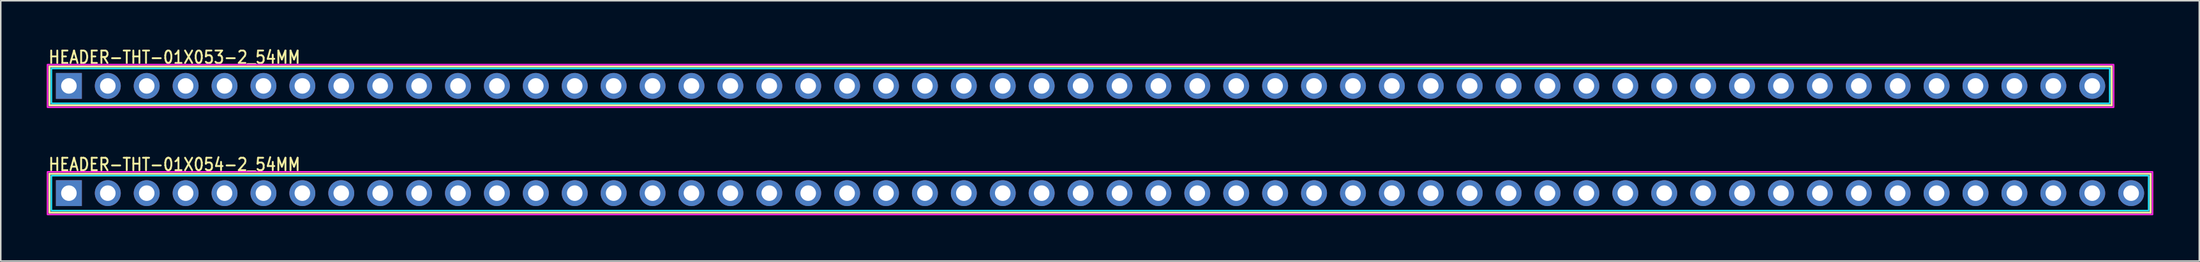
<source format=kicad_pcb>
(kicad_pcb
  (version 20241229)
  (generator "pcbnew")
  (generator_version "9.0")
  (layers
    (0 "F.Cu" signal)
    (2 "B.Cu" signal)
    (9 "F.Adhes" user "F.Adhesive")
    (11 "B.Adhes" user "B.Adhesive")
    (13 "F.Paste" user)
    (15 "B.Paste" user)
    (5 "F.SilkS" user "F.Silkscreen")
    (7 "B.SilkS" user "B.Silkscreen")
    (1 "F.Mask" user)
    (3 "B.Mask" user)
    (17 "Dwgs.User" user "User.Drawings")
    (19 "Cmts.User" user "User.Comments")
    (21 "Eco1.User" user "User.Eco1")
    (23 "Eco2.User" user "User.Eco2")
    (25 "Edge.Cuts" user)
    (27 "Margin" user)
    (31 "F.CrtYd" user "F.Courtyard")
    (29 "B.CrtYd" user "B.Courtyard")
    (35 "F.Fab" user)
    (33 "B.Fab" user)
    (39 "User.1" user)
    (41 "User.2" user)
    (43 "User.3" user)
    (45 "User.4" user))
  (footprint "HEADER-THT-01X054-2_54MM"
    (layer "F.Cu")
    (at 1.447 9.604)
    (property "Reference" "HEADER-THT-01X054-2_54MM" (at -1.4 -1.4 0) (unlocked yes) (layer "F.SilkS") (effects (font (size 0.813 0.695) (thickness 0.122)) (justify left bottom)))
    (fp_line (start -1.27 -1.27) (end -1.27 1.27) (stroke (width 0.127) (type solid)) (layer "F.SilkS"))
    (fp_line (start -1.27 1.27) (end 135.89 1.27) (stroke (width 0.127) (type solid)) (layer "F.SilkS"))
    (fp_line (start 135.89 -1.27) (end -1.27 -1.27) (stroke (width 0.127) (type solid)) (layer "F.SilkS"))
    (fp_line (start 135.89 1.27) (end 135.89 -1.27) (stroke (width 0.127) (type solid)) (layer "F.SilkS"))
    (fp_poly (pts (xy -1.143 -1.143) (xy 135.763 -1.143) (xy 135.763 1.143) (xy -1.143 1.143)) (stroke (width 0.1) (type solid)) (fill no) (layer "B.CrtYd"))
    (fp_poly (pts (xy -1.397 -1.397) (xy 136.017 -1.397) (xy 136.017 1.397) (xy -1.397 1.397)) (stroke (width 0.1) (type solid)) (fill no) (layer "F.CrtYd"))
    (pad "P$1" thru_hole rect (at 0 0) (size 1.693 1.693) (drill 1.016) (layers "*.Cu" "*.Mask"))
    (pad "P$2" thru_hole oval (at 2.54 0) (size 1.693 1.693) (drill 1.016) (layers "*.Cu" "*.Mask"))
    (pad "P$3" thru_hole oval (at 5.08 0) (size 1.693 1.693) (drill 1.016) (layers "*.Cu" "*.Mask"))
    (pad "P$4" thru_hole oval (at 7.62 0) (size 1.693 1.693) (drill 1.016) (layers "*.Cu" "*.Mask"))
    (pad "P$5" thru_hole oval (at 10.16 0) (size 1.693 1.693) (drill 1.016) (layers "*.Cu" "*.Mask"))
    (pad "P$6" thru_hole oval (at 12.7 0) (size 1.693 1.693) (drill 1.016) (layers "*.Cu" "*.Mask"))
    (pad "P$7" thru_hole oval (at 15.24 0) (size 1.693 1.693) (drill 1.016) (layers "*.Cu" "*.Mask"))
    (pad "P$8" thru_hole oval (at 17.78 0) (size 1.693 1.693) (drill 1.016) (layers "*.Cu" "*.Mask"))
    (pad "P$9" thru_hole oval (at 20.32 0) (size 1.693 1.693) (drill 1.016) (layers "*.Cu" "*.Mask"))
    (pad "P$10" thru_hole oval (at 22.86 0) (size 1.693 1.693) (drill 1.016) (layers "*.Cu" "*.Mask"))
    (pad "P$11" thru_hole oval (at 25.4 0) (size 1.693 1.693) (drill 1.016) (layers "*.Cu" "*.Mask"))
    (pad "P$12" thru_hole oval (at 27.94 0) (size 1.693 1.693) (drill 1.016) (layers "*.Cu" "*.Mask"))
    (pad "P$13" thru_hole oval (at 30.48 0) (size 1.693 1.693) (drill 1.016) (layers "*.Cu" "*.Mask"))
    (pad "P$14" thru_hole oval (at 33.02 0) (size 1.693 1.693) (drill 1.016) (layers "*.Cu" "*.Mask"))
    (pad "P$15" thru_hole oval (at 35.56 0) (size 1.693 1.693) (drill 1.016) (layers "*.Cu" "*.Mask"))
    (pad "P$16" thru_hole oval (at 38.1 0) (size 1.693 1.693) (drill 1.016) (layers "*.Cu" "*.Mask"))
    (pad "P$17" thru_hole oval (at 40.64 0) (size 1.693 1.693) (drill 1.016) (layers "*.Cu" "*.Mask"))
    (pad "P$18" thru_hole oval (at 43.18 0) (size 1.693 1.693) (drill 1.016) (layers "*.Cu" "*.Mask"))
    (pad "P$19" thru_hole oval (at 45.72 0) (size 1.693 1.693) (drill 1.016) (layers "*.Cu" "*.Mask"))
    (pad "P$20" thru_hole oval (at 48.26 0) (size 1.693 1.693) (drill 1.016) (layers "*.Cu" "*.Mask"))
    (pad "P$21" thru_hole oval (at 50.8 0) (size 1.693 1.693) (drill 1.016) (layers "*.Cu" "*.Mask"))
    (pad "P$22" thru_hole oval (at 53.34 0) (size 1.693 1.693) (drill 1.016) (layers "*.Cu" "*.Mask"))
    (pad "P$23" thru_hole oval (at 55.88 0) (size 1.693 1.693) (drill 1.016) (layers "*.Cu" "*.Mask"))
    (pad "P$24" thru_hole oval (at 58.42 0) (size 1.693 1.693) (drill 1.016) (layers "*.Cu" "*.Mask"))
    (pad "P$25" thru_hole oval (at 60.96 0) (size 1.693 1.693) (drill 1.016) (layers "*.Cu" "*.Mask"))
    (pad "P$26" thru_hole oval (at 63.5 0) (size 1.693 1.693) (drill 1.016) (layers "*.Cu" "*.Mask"))
    (pad "P$27" thru_hole oval (at 66.04 0) (size 1.693 1.693) (drill 1.016) (layers "*.Cu" "*.Mask"))
    (pad "P$28" thru_hole oval (at 68.58 0) (size 1.693 1.693) (drill 1.016) (layers "*.Cu" "*.Mask"))
    (pad "P$29" thru_hole oval (at 71.12 0) (size 1.693 1.693) (drill 1.016) (layers "*.Cu" "*.Mask"))
    (pad "P$30" thru_hole oval (at 73.66 0) (size 1.693 1.693) (drill 1.016) (layers "*.Cu" "*.Mask"))
    (pad "P$31" thru_hole oval (at 76.2 0) (size 1.693 1.693) (drill 1.016) (layers "*.Cu" "*.Mask"))
    (pad "P$32" thru_hole oval (at 78.74 0) (size 1.693 1.693) (drill 1.016) (layers "*.Cu" "*.Mask"))
    (pad "P$33" thru_hole oval (at 81.28 0) (size 1.693 1.693) (drill 1.016) (layers "*.Cu" "*.Mask"))
    (pad "P$34" thru_hole oval (at 83.82 0) (size 1.693 1.693) (drill 1.016) (layers "*.Cu" "*.Mask"))
    (pad "P$35" thru_hole oval (at 86.36 0) (size 1.693 1.693) (drill 1.016) (layers "*.Cu" "*.Mask"))
    (pad "P$36" thru_hole oval (at 88.9 0) (size 1.693 1.693) (drill 1.016) (layers "*.Cu" "*.Mask"))
    (pad "P$37" thru_hole oval (at 91.44 0) (size 1.693 1.693) (drill 1.016) (layers "*.Cu" "*.Mask"))
    (pad "P$38" thru_hole oval (at 93.98 0) (size 1.693 1.693) (drill 1.016) (layers "*.Cu" "*.Mask"))
    (pad "P$39" thru_hole oval (at 96.52 0) (size 1.693 1.693) (drill 1.016) (layers "*.Cu" "*.Mask"))
    (pad "P$40" thru_hole oval (at 99.06 0) (size 1.693 1.693) (drill 1.016) (layers "*.Cu" "*.Mask"))
    (pad "P$41" thru_hole oval (at 101.6 0) (size 1.693 1.693) (drill 1.016) (layers "*.Cu" "*.Mask"))
    (pad "P$42" thru_hole oval (at 104.14 0) (size 1.693 1.693) (drill 1.016) (layers "*.Cu" "*.Mask"))
    (pad "P$43" thru_hole oval (at 106.68 0) (size 1.693 1.693) (drill 1.016) (layers "*.Cu" "*.Mask"))
    (pad "P$44" thru_hole oval (at 109.22 0) (size 1.693 1.693) (drill 1.016) (layers "*.Cu" "*.Mask"))
    (pad "P$45" thru_hole oval (at 111.76 0) (size 1.693 1.693) (drill 1.016) (layers "*.Cu" "*.Mask"))
    (pad "P$46" thru_hole oval (at 114.3 0) (size 1.693 1.693) (drill 1.016) (layers "*.Cu" "*.Mask"))
    (pad "P$47" thru_hole oval (at 116.84 0) (size 1.693 1.693) (drill 1.016) (layers "*.Cu" "*.Mask"))
    (pad "P$48" thru_hole oval (at 119.38 0) (size 1.693 1.693) (drill 1.016) (layers "*.Cu" "*.Mask"))
    (pad "P$49" thru_hole oval (at 121.92 0) (size 1.693 1.693) (drill 1.016) (layers "*.Cu" "*.Mask"))
    (pad "P$50" thru_hole oval (at 124.46 0) (size 1.693 1.693) (drill 1.016) (layers "*.Cu" "*.Mask"))
    (pad "P$51" thru_hole oval (at 127 0) (size 1.693 1.693) (drill 1.016) (layers "*.Cu" "*.Mask"))
    (pad "P$52" thru_hole oval (at 129.54 0) (size 1.693 1.693) (drill 1.016) (layers "*.Cu" "*.Mask"))
    (pad "P$53" thru_hole oval (at 132.08 0) (size 1.693 1.693) (drill 1.016) (layers "*.Cu" "*.Mask"))
    (pad "P$54" thru_hole oval (at 134.62 0) (size 1.693 1.693) (drill 1.016) (layers "*.Cu" "*.Mask")))
  (footprint "HEADER-THT-01X053-2_54MM"
    (layer "F.Cu")
    (at 1.447 2.579)
    (property "Reference" "HEADER-THT-01X053-2_54MM" (at -1.4 -1.4 0) (unlocked yes) (layer "F.SilkS") (effects (font (size 0.813 0.695) (thickness 0.122)) (justify left bottom)))
    (fp_line (start -1.27 -1.27) (end -1.27 1.27) (stroke (width 0.127) (type solid)) (layer "F.SilkS"))
    (fp_line (start -1.27 1.27) (end 133.35 1.27) (stroke (width 0.127) (type solid)) (layer "F.SilkS"))
    (fp_line (start 133.35 -1.27) (end -1.27 -1.27) (stroke (width 0.127) (type solid)) (layer "F.SilkS"))
    (fp_line (start 133.35 1.27) (end 133.35 -1.27) (stroke (width 0.127) (type solid)) (layer "F.SilkS"))
    (fp_poly (pts (xy -1.143 -1.143) (xy 133.223 -1.143) (xy 133.223 1.143) (xy -1.143 1.143)) (stroke (width 0.1) (type solid)) (fill no) (layer "B.CrtYd"))
    (fp_poly (pts (xy -1.397 -1.397) (xy 133.477 -1.397) (xy 133.477 1.397) (xy -1.397 1.397)) (stroke (width 0.1) (type solid)) (fill no) (layer "F.CrtYd"))
    (pad "P$1" thru_hole rect (at 0 0) (size 1.693 1.693) (drill 1.016) (layers "*.Cu" "*.Mask"))
    (pad "P$2" thru_hole oval (at 2.54 0) (size 1.693 1.693) (drill 1.016) (layers "*.Cu" "*.Mask"))
    (pad "P$3" thru_hole oval (at 5.08 0) (size 1.693 1.693) (drill 1.016) (layers "*.Cu" "*.Mask"))
    (pad "P$4" thru_hole oval (at 7.62 0) (size 1.693 1.693) (drill 1.016) (layers "*.Cu" "*.Mask"))
    (pad "P$5" thru_hole oval (at 10.16 0) (size 1.693 1.693) (drill 1.016) (layers "*.Cu" "*.Mask"))
    (pad "P$6" thru_hole oval (at 12.7 0) (size 1.693 1.693) (drill 1.016) (layers "*.Cu" "*.Mask"))
    (pad "P$7" thru_hole oval (at 15.24 0) (size 1.693 1.693) (drill 1.016) (layers "*.Cu" "*.Mask"))
    (pad "P$8" thru_hole oval (at 17.78 0) (size 1.693 1.693) (drill 1.016) (layers "*.Cu" "*.Mask"))
    (pad "P$9" thru_hole oval (at 20.32 0) (size 1.693 1.693) (drill 1.016) (layers "*.Cu" "*.Mask"))
    (pad "P$10" thru_hole oval (at 22.86 0) (size 1.693 1.693) (drill 1.016) (layers "*.Cu" "*.Mask"))
    (pad "P$11" thru_hole oval (at 25.4 0) (size 1.693 1.693) (drill 1.016) (layers "*.Cu" "*.Mask"))
    (pad "P$12" thru_hole oval (at 27.94 0) (size 1.693 1.693) (drill 1.016) (layers "*.Cu" "*.Mask"))
    (pad "P$13" thru_hole oval (at 30.48 0) (size 1.693 1.693) (drill 1.016) (layers "*.Cu" "*.Mask"))
    (pad "P$14" thru_hole oval (at 33.02 0) (size 1.693 1.693) (drill 1.016) (layers "*.Cu" "*.Mask"))
    (pad "P$15" thru_hole oval (at 35.56 0) (size 1.693 1.693) (drill 1.016) (layers "*.Cu" "*.Mask"))
    (pad "P$16" thru_hole oval (at 38.1 0) (size 1.693 1.693) (drill 1.016) (layers "*.Cu" "*.Mask"))
    (pad "P$17" thru_hole oval (at 40.64 0) (size 1.693 1.693) (drill 1.016) (layers "*.Cu" "*.Mask"))
    (pad "P$18" thru_hole oval (at 43.18 0) (size 1.693 1.693) (drill 1.016) (layers "*.Cu" "*.Mask"))
    (pad "P$19" thru_hole oval (at 45.72 0) (size 1.693 1.693) (drill 1.016) (layers "*.Cu" "*.Mask"))
    (pad "P$20" thru_hole oval (at 48.26 0) (size 1.693 1.693) (drill 1.016) (layers "*.Cu" "*.Mask"))
    (pad "P$21" thru_hole oval (at 50.8 0) (size 1.693 1.693) (drill 1.016) (layers "*.Cu" "*.Mask"))
    (pad "P$22" thru_hole oval (at 53.34 0) (size 1.693 1.693) (drill 1.016) (layers "*.Cu" "*.Mask"))
    (pad "P$23" thru_hole oval (at 55.88 0) (size 1.693 1.693) (drill 1.016) (layers "*.Cu" "*.Mask"))
    (pad "P$24" thru_hole oval (at 58.42 0) (size 1.693 1.693) (drill 1.016) (layers "*.Cu" "*.Mask"))
    (pad "P$25" thru_hole oval (at 60.96 0) (size 1.693 1.693) (drill 1.016) (layers "*.Cu" "*.Mask"))
    (pad "P$26" thru_hole oval (at 63.5 0) (size 1.693 1.693) (drill 1.016) (layers "*.Cu" "*.Mask"))
    (pad "P$27" thru_hole oval (at 66.04 0) (size 1.693 1.693) (drill 1.016) (layers "*.Cu" "*.Mask"))
    (pad "P$28" thru_hole oval (at 68.58 0) (size 1.693 1.693) (drill 1.016) (layers "*.Cu" "*.Mask"))
    (pad "P$29" thru_hole oval (at 71.12 0) (size 1.693 1.693) (drill 1.016) (layers "*.Cu" "*.Mask"))
    (pad "P$30" thru_hole oval (at 73.66 0) (size 1.693 1.693) (drill 1.016) (layers "*.Cu" "*.Mask"))
    (pad "P$31" thru_hole oval (at 76.2 0) (size 1.693 1.693) (drill 1.016) (layers "*.Cu" "*.Mask"))
    (pad "P$32" thru_hole oval (at 78.74 0) (size 1.693 1.693) (drill 1.016) (layers "*.Cu" "*.Mask"))
    (pad "P$33" thru_hole oval (at 81.28 0) (size 1.693 1.693) (drill 1.016) (layers "*.Cu" "*.Mask"))
    (pad "P$34" thru_hole oval (at 83.82 0) (size 1.693 1.693) (drill 1.016) (layers "*.Cu" "*.Mask"))
    (pad "P$35" thru_hole oval (at 86.36 0) (size 1.693 1.693) (drill 1.016) (layers "*.Cu" "*.Mask"))
    (pad "P$36" thru_hole oval (at 88.9 0) (size 1.693 1.693) (drill 1.016) (layers "*.Cu" "*.Mask"))
    (pad "P$37" thru_hole oval (at 91.44 0) (size 1.693 1.693) (drill 1.016) (layers "*.Cu" "*.Mask"))
    (pad "P$38" thru_hole oval (at 93.98 0) (size 1.693 1.693) (drill 1.016) (layers "*.Cu" "*.Mask"))
    (pad "P$39" thru_hole oval (at 96.52 0) (size 1.693 1.693) (drill 1.016) (layers "*.Cu" "*.Mask"))
    (pad "P$40" thru_hole oval (at 99.06 0) (size 1.693 1.693) (drill 1.016) (layers "*.Cu" "*.Mask"))
    (pad "P$41" thru_hole oval (at 101.6 0) (size 1.693 1.693) (drill 1.016) (layers "*.Cu" "*.Mask"))
    (pad "P$42" thru_hole oval (at 104.14 0) (size 1.693 1.693) (drill 1.016) (layers "*.Cu" "*.Mask"))
    (pad "P$43" thru_hole oval (at 106.68 0) (size 1.693 1.693) (drill 1.016) (layers "*.Cu" "*.Mask"))
    (pad "P$44" thru_hole oval (at 109.22 0) (size 1.693 1.693) (drill 1.016) (layers "*.Cu" "*.Mask"))
    (pad "P$45" thru_hole oval (at 111.76 0) (size 1.693 1.693) (drill 1.016) (layers "*.Cu" "*.Mask"))
    (pad "P$46" thru_hole oval (at 114.3 0) (size 1.693 1.693) (drill 1.016) (layers "*.Cu" "*.Mask"))
    (pad "P$47" thru_hole oval (at 116.84 0) (size 1.693 1.693) (drill 1.016) (layers "*.Cu" "*.Mask"))
    (pad "P$48" thru_hole oval (at 119.38 0) (size 1.693 1.693) (drill 1.016) (layers "*.Cu" "*.Mask"))
    (pad "P$49" thru_hole oval (at 121.92 0) (size 1.693 1.693) (drill 1.016) (layers "*.Cu" "*.Mask"))
    (pad "P$50" thru_hole oval (at 124.46 0) (size 1.693 1.693) (drill 1.016) (layers "*.Cu" "*.Mask"))
    (pad "P$51" thru_hole oval (at 127 0) (size 1.693 1.693) (drill 1.016) (layers "*.Cu" "*.Mask"))
    (pad "P$52" thru_hole oval (at 129.54 0) (size 1.693 1.693) (drill 1.016) (layers "*.Cu" "*.Mask"))
    (pad "P$53" thru_hole oval (at 132.08 0) (size 1.693 1.693) (drill 1.016) (layers "*.Cu" "*.Mask")))
  (gr_rect
    (start -3 -3)
    (end 140.514 14.051)
    (stroke (width 0.1) (type default))
    (fill no)
    (layer "Edge.Cuts")))
</source>
